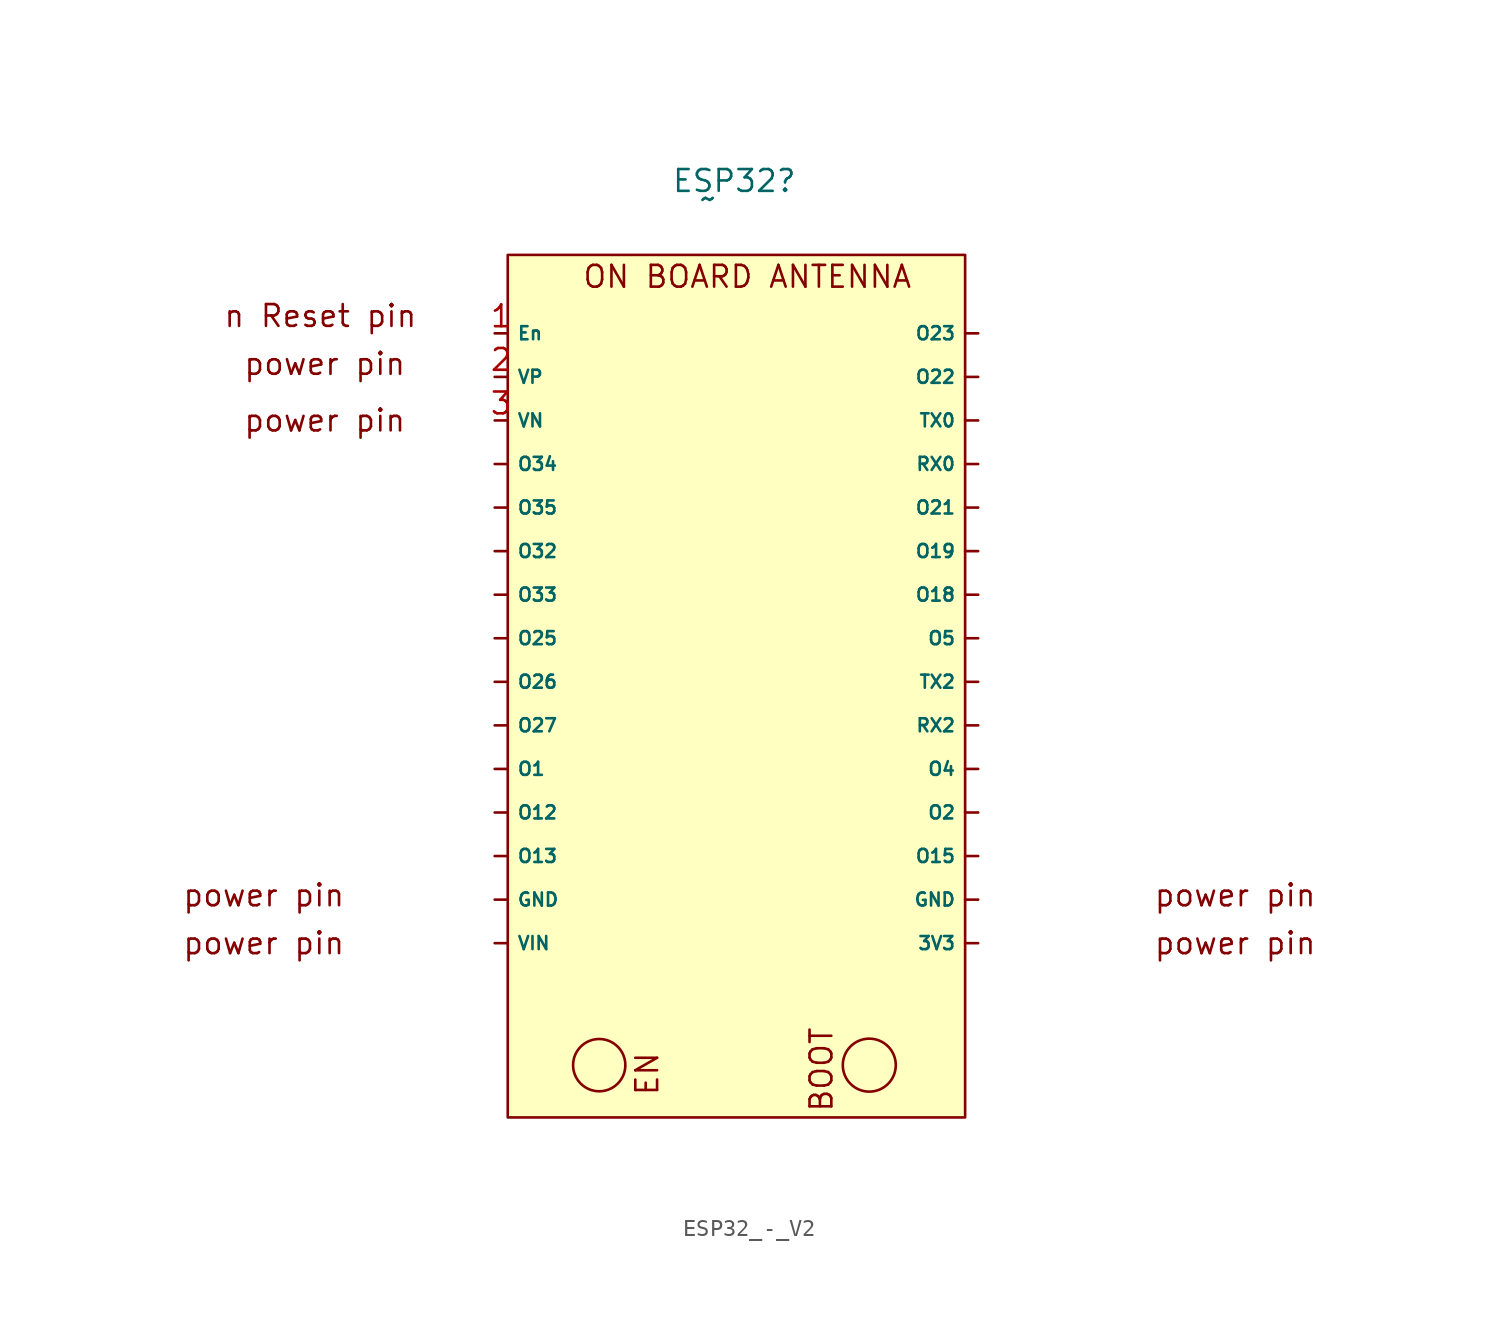
<source format=kicad_sym>
(kicad_symbol_lib
  (version 20220914)
  (generator kicad_symbol_editor)
  (symbol "ESP32_-_V2"
    (property "Reference" "ESP32"
      (at 0 2.54 0)
      (effects (font (size 1.27 1.27))))
    (property "Value" "~"
      (at -1.524 1.524 0)
      (effects (font (size 1.27 1.27))))
    (symbol "ESP32_-_V2_0_1"
      (circle (center -7.874 -49.022) (radius 1.524) (stroke (width 0) (type default)) (fill (type none)))
      (circle (center 7.874 -49.022) (radius 1.545) (stroke (width 0) (type default)) (fill (type none))))
    (symbol "ESP32_-_V2_1_1"
      (rectangle (start -13.208 -1.778) (end 13.462 -52.07) (stroke (width 0) (type default)) (fill (type background)))
      (text "BOOT" (at 5.08 -49.276 900) (effects (font (size 1.27 1.27))))
      (text "EN" (at -5.08 -49.53 900) (effects (font (size 1.27 1.27))))
      (text "n Reset pin" (at -24.13 -5.334 0) (effects (font (size 1.27 1.27))))
      (text "ON BOARD ANTENNA" (at 0.762 -3.048 0) (effects (font (size 1.27 1.27))))
      (text "power pin" (at -27.432 -41.91 0) (effects (font (size 1.27 1.27))))
      (text "power pin" (at -27.432 -39.116 0) (effects (font (size 1.27 1.27))))
      (text "power pin" (at -23.876 -11.43 0) (effects (font (size 1.27 1.27))))
      (text "power pin" (at -23.876 -8.128 0) (effects (font (size 1.27 1.27))))
      (text "power pin" (at 29.21 -41.91 0) (effects (font (size 1.27 1.27))))
      (text "power pin" (at 29.21 -39.116 0) (effects (font (size 1.27 1.27))))
      (pin bidirectional line (at 14.224 -41.91 180) (length 0.762) (name "3V3" (effects (font (size 0.762 0.762)))) (number "" (effects (font (size 1.27 1.27)))))
      (pin bidirectional line (at -13.97 -39.37 0) (length 0.762) (name "GND" (effects (font (size 0.762 0.762)))) (number "" (effects (font (size 1.27 1.27)))))
      (pin bidirectional line (at 14.224 -39.37 180) (length 0.762) (name "GND" (effects (font (size 0.762 0.762)))) (number "" (effects (font (size 1.27 1.27)))))
      (pin bidirectional line (at -13.97 -31.75 0) (length 0.762) (name "O1" (effects (font (size 0.762 0.762)))) (number "" (effects (font (size 1.27 1.27)))))
      (pin bidirectional line (at -13.97 -34.29 0) (length 0.762) (name "O12" (effects (font (size 0.762 0.762)))) (number "" (effects (font (size 1.27 1.27)))))
      (pin bidirectional line (at -13.97 -36.83 0) (length 0.762) (name "O13" (effects (font (size 0.762 0.762)))) (number "" (effects (font (size 1.27 1.27)))))
      (pin bidirectional line (at 14.224 -36.83 180) (length 0.762) (name "O15" (effects (font (size 0.762 0.762)))) (number "" (effects (font (size 1.27 1.27)))))
      (pin bidirectional line (at 14.224 -21.59 180) (length 0.762) (name "O18" (effects (font (size 0.762 0.762)))) (number "" (effects (font (size 1.27 1.27)))))
      (pin bidirectional line (at 14.224 -19.05 180) (length 0.762) (name "O19" (effects (font (size 0.762 0.762)))) (number "" (effects (font (size 1.27 1.27)))))
      (pin bidirectional line (at 14.224 -34.29 180) (length 0.762) (name "O2" (effects (font (size 0.762 0.762)))) (number "" (effects (font (size 1.27 1.27)))))
      (pin bidirectional line (at 14.224 -16.51 180) (length 0.762) (name "O21" (effects (font (size 0.762 0.762)))) (number "" (effects (font (size 1.27 1.27)))))
      (pin bidirectional line (at 14.224 -8.89 180) (length 0.762) (name "O22" (effects (font (size 0.762 0.762)))) (number "" (effects (font (size 1.27 1.27)))))
      (pin bidirectional line (at 14.224 -6.35 180) (length 0.762) (name "O23" (effects (font (size 0.762 0.762)))) (number "" (effects (font (size 1.27 1.27)))))
      (pin bidirectional line (at -13.97 -24.13 0) (length 0.762) (name "O25" (effects (font (size 0.762 0.762)))) (number "" (effects (font (size 1.27 1.27)))))
      (pin bidirectional line (at -13.97 -26.67 0) (length 0.762) (name "O26" (effects (font (size 0.762 0.762)))) (number "" (effects (font (size 1.27 1.27)))))
      (pin bidirectional line (at -13.97 -29.21 0) (length 0.762) (name "O27" (effects (font (size 0.762 0.762)))) (number "" (effects (font (size 1.27 1.27)))))
      (pin bidirectional line (at -13.97 -19.05 0) (length 0.762) (name "O32" (effects (font (size 0.762 0.762)))) (number "" (effects (font (size 1.27 1.27)))))
      (pin bidirectional line (at -13.97 -21.59 0) (length 0.762) (name "O33" (effects (font (size 0.762 0.762)))) (number "" (effects (font (size 1.27 1.27)))))
      (pin input line (at -13.97 -13.97 0) (length 0.762) (name "O34" (effects (font (size 0.762 0.762)))) (number "" (effects (font (size 1.27 1.27)))))
      (pin input line (at -13.97 -16.51 0) (length 0.762) (name "O35" (effects (font (size 0.762 0.762)))) (number "" (effects (font (size 1.27 1.27)))))
      (pin bidirectional line (at 14.224 -31.75 180) (length 0.762) (name "O4" (effects (font (size 0.762 0.762)))) (number "" (effects (font (size 1.27 1.27)))))
      (pin bidirectional line (at 14.224 -24.13 180) (length 0.762) (name "O5" (effects (font (size 0.762 0.762)))) (number "" (effects (font (size 1.27 1.27)))))
      (pin bidirectional line (at 14.224 -13.97 180) (length 0.762) (name "RX0" (effects (font (size 0.762 0.762)))) (number "" (effects (font (size 1.27 1.27)))))
      (pin bidirectional line (at 14.224 -29.21 180) (length 0.762) (name "RX2" (effects (font (size 0.762 0.762)))) (number "" (effects (font (size 1.27 1.27)))))
      (pin bidirectional line (at 14.224 -11.43 180) (length 0.762) (name "TX0" (effects (font (size 0.762 0.762)))) (number "" (effects (font (size 1.27 1.27)))))
      (pin bidirectional line (at 14.224 -26.67 180) (length 0.762) (name "TX2" (effects (font (size 0.762 0.762)))) (number "" (effects (font (size 1.27 1.27)))))
      (pin bidirectional line (at -13.97 -41.91 0) (length 0.762) (name "VIN" (effects (font (size 0.762 0.762)))) (number "" (effects (font (size 1.27 1.27)))))
      (pin input line (at -13.97 -6.35 0) (length 0.762) (name "En" (effects (font (size 0.762 0.762)))) (number "1" (effects (font (size 1.27 1.27)))))
      (pin input line (at -13.97 -8.89 0) (length 0.762) (name "VP" (effects (font (size 0.762 0.762)))) (number "2" (effects (font (size 1.27 1.27)))))
      (pin input line (at -13.97 -11.43 0) (length 0.762) (name "VN" (effects (font (size 0.762 0.762)))) (number "3" (effects (font (size 1.27 1.27))))))))
</source>
